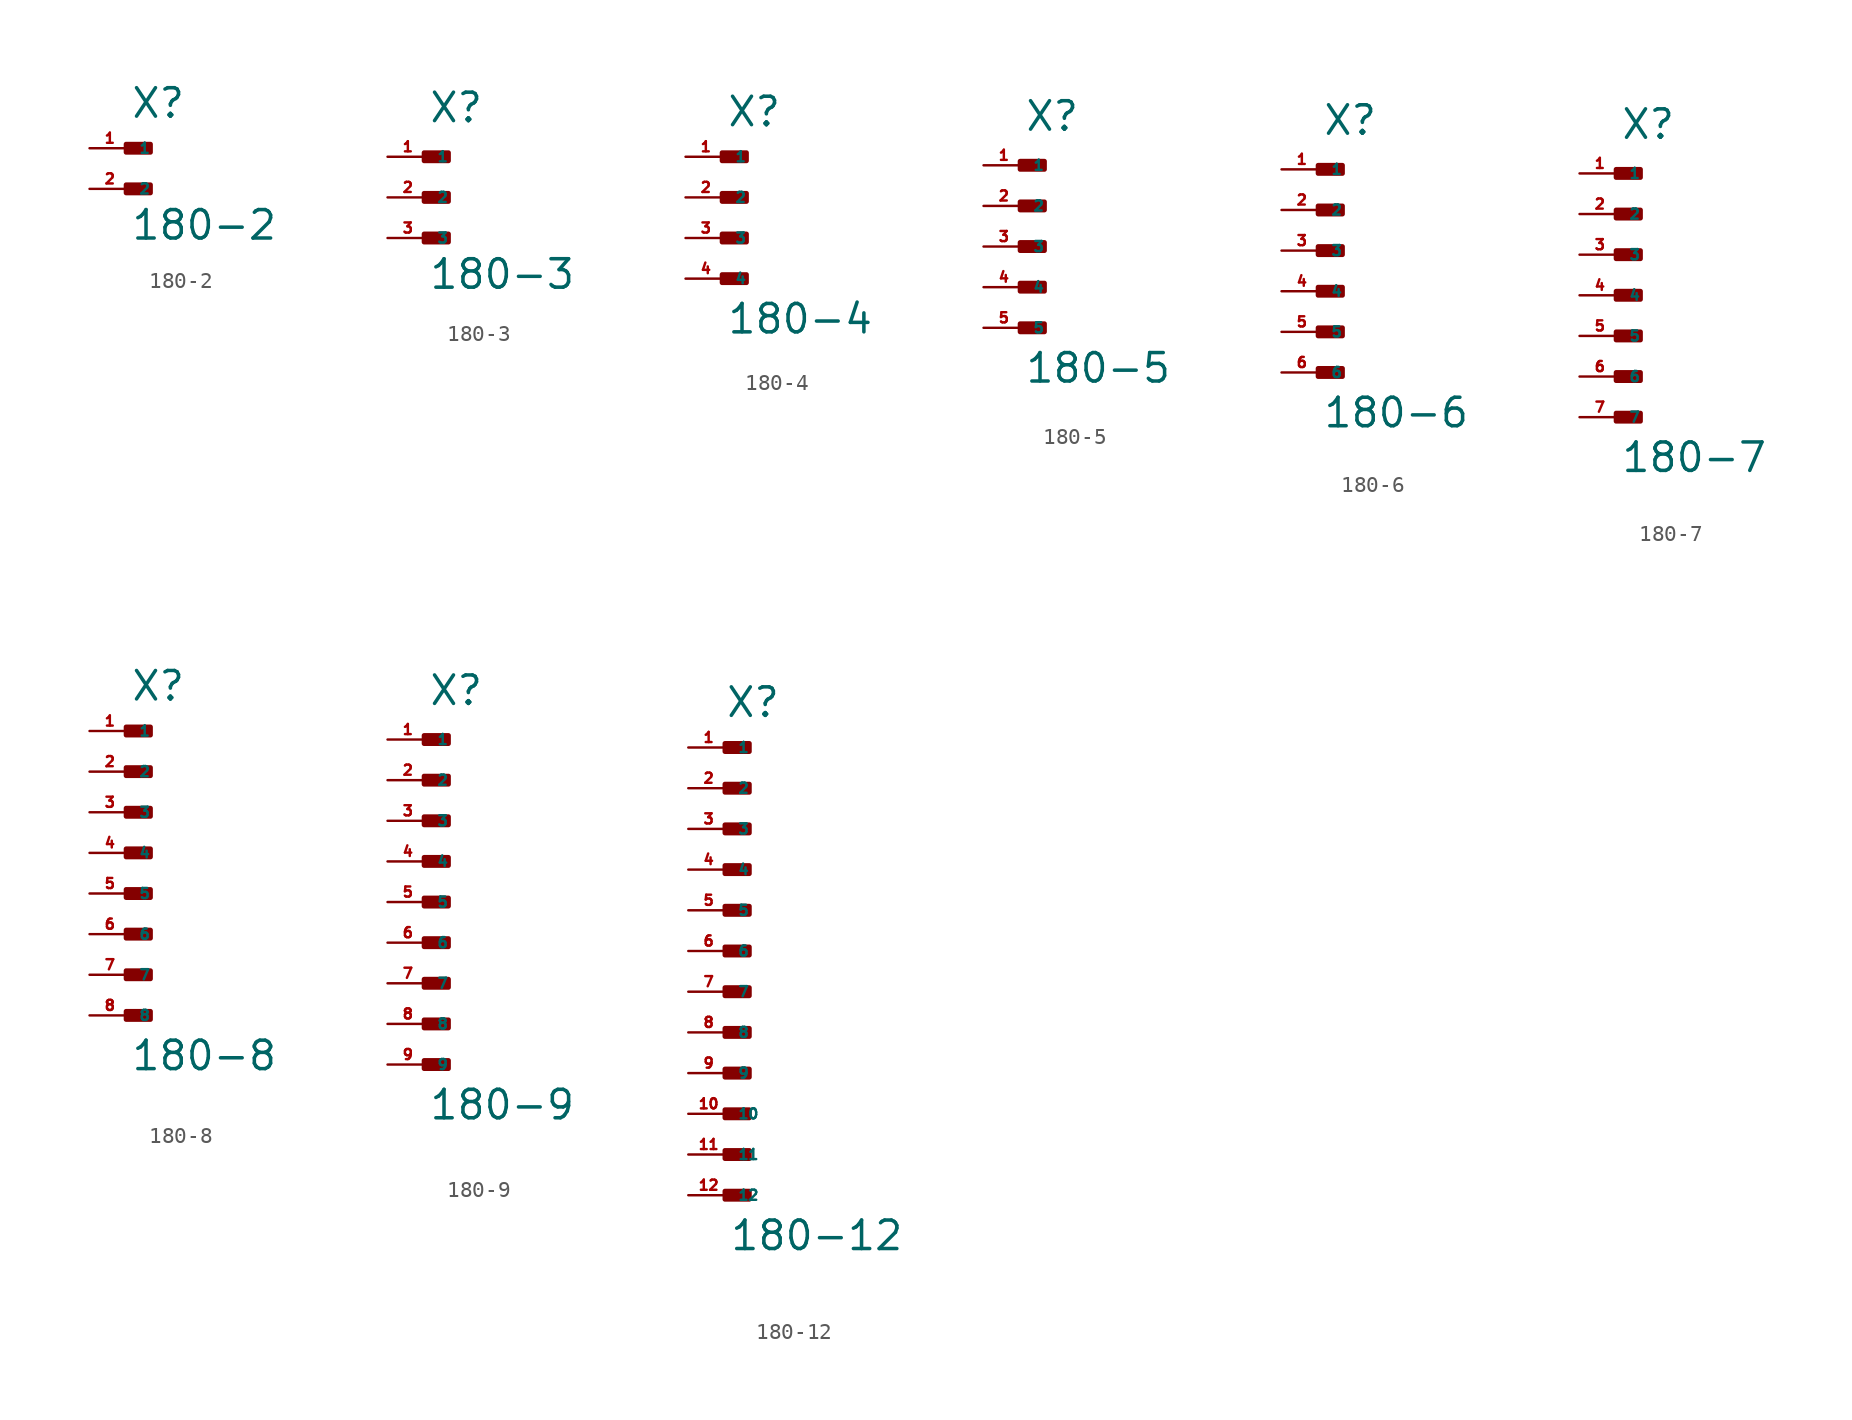
<source format=kicad_sym>
(kicad_symbol_lib
  (version 20220914)
  (generator Eagle2Kicad)
  (symbol "180-2"
    (property "Reference" "X"
      (at 0 1.778 0)
      (effects (font (size 1.778 1.778) (thickness 0.22)) (justify left bottom)))
    (property "Value" "180-2"
      (at 0 -5.842 0)
      (effects (font (size 1.778 1.778) (thickness 0.22)) (justify left bottom)))
    (rectangle
      (start -0.254 -0.254)
      (end 1.27 0.254)
      (stroke (width 0.3) (type default))
      (fill (type outline)))
    (rectangle
      (start -0.254 -2.794)
      (end 1.27 -2.286)
      (stroke (width 0.3) (type default))
      (fill (type outline)))
    (pin passive line
      (at -2.54 0 0)
      (length 2.54)
      (name "1" (effects (font (size 0.635 0.635) (thickness 0.08)) (justify left bottom)))
      (number "1" (effects (font (size 0.635 0.635) (thickness 0.08)) (justify left bottom))))
    (pin passive line
      (at -2.54 -2.54 0)
      (length 2.54)
      (name "2" (effects (font (size 0.635 0.635) (thickness 0.08)) (justify left bottom)))
      (number "2" (effects (font (size 0.635 0.635) (thickness 0.08)) (justify left bottom)))))
  (symbol "180-3"
    (property "Reference" "X"
      (at 0 4.572 0)
      (effects (font (size 1.778 1.778) (thickness 0.22)) (justify left bottom)))
    (property "Value" "180-3"
      (at 0 -5.842 0)
      (effects (font (size 1.778 1.778) (thickness 0.22)) (justify left bottom)))
    (rectangle
      (start -0.254 2.286)
      (end 1.27 2.794)
      (stroke (width 0.3) (type default))
      (fill (type outline)))
    (rectangle
      (start -0.254 -0.254)
      (end 1.27 0.254)
      (stroke (width 0.3) (type default))
      (fill (type outline)))
    (rectangle
      (start -0.254 -2.794)
      (end 1.27 -2.286)
      (stroke (width 0.3) (type default))
      (fill (type outline)))
    (pin passive line
      (at -2.54 2.54 0)
      (length 2.54)
      (name "1" (effects (font (size 0.635 0.635) (thickness 0.08)) (justify left bottom)))
      (number "1" (effects (font (size 0.635 0.635) (thickness 0.08)) (justify left bottom))))
    (pin passive line
      (at -2.54 0 0)
      (length 2.54)
      (name "2" (effects (font (size 0.635 0.635) (thickness 0.08)) (justify left bottom)))
      (number "2" (effects (font (size 0.635 0.635) (thickness 0.08)) (justify left bottom))))
    (pin passive line
      (at -2.54 -2.54 0)
      (length 2.54)
      (name "3" (effects (font (size 0.635 0.635) (thickness 0.08)) (justify left bottom)))
      (number "3" (effects (font (size 0.635 0.635) (thickness 0.08)) (justify left bottom)))))
  (symbol "180-4"
    (property "Reference" "X"
      (at 0 4.318 0)
      (effects (font (size 1.778 1.778) (thickness 0.22)) (justify left bottom)))
    (property "Value" "180-4"
      (at 0 -8.636 0)
      (effects (font (size 1.778 1.778) (thickness 0.22)) (justify left bottom)))
    (rectangle
      (start -0.254 2.286)
      (end 1.27 2.794)
      (stroke (width 0.3) (type default))
      (fill (type outline)))
    (rectangle
      (start -0.254 -0.254)
      (end 1.27 0.254)
      (stroke (width 0.3) (type default))
      (fill (type outline)))
    (rectangle
      (start -0.254 -2.794)
      (end 1.27 -2.286)
      (stroke (width 0.3) (type default))
      (fill (type outline)))
    (rectangle
      (start -0.254 -5.334)
      (end 1.27 -4.826)
      (stroke (width 0.3) (type default))
      (fill (type outline)))
    (pin passive line
      (at -2.54 2.54 0)
      (length 2.54)
      (name "1" (effects (font (size 0.635 0.635) (thickness 0.08)) (justify left bottom)))
      (number "1" (effects (font (size 0.635 0.635) (thickness 0.08)) (justify left bottom))))
    (pin passive line
      (at -2.54 0 0)
      (length 2.54)
      (name "2" (effects (font (size 0.635 0.635) (thickness 0.08)) (justify left bottom)))
      (number "2" (effects (font (size 0.635 0.635) (thickness 0.08)) (justify left bottom))))
    (pin passive line
      (at -2.54 -2.54 0)
      (length 2.54)
      (name "3" (effects (font (size 0.635 0.635) (thickness 0.08)) (justify left bottom)))
      (number "3" (effects (font (size 0.635 0.635) (thickness 0.08)) (justify left bottom))))
    (pin passive line
      (at -2.54 -5.08 0)
      (length 2.54)
      (name "4" (effects (font (size 0.635 0.635) (thickness 0.08)) (justify left bottom)))
      (number "4" (effects (font (size 0.635 0.635) (thickness 0.08)) (justify left bottom)))))
  (symbol "180-5"
    (property "Reference" "X"
      (at 0 7.112 0)
      (effects (font (size 1.778 1.778) (thickness 0.22)) (justify left bottom)))
    (property "Value" "180-5"
      (at 0 -8.636 0)
      (effects (font (size 1.778 1.778) (thickness 0.22)) (justify left bottom)))
    (rectangle
      (start -0.254 4.826)
      (end 1.27 5.334)
      (stroke (width 0.3) (type default))
      (fill (type outline)))
    (rectangle
      (start -0.254 2.286)
      (end 1.27 2.794)
      (stroke (width 0.3) (type default))
      (fill (type outline)))
    (rectangle
      (start -0.254 -0.254)
      (end 1.27 0.254)
      (stroke (width 0.3) (type default))
      (fill (type outline)))
    (rectangle
      (start -0.254 -2.794)
      (end 1.27 -2.286)
      (stroke (width 0.3) (type default))
      (fill (type outline)))
    (rectangle
      (start -0.254 -5.334)
      (end 1.27 -4.826)
      (stroke (width 0.3) (type default))
      (fill (type outline)))
    (pin passive line
      (at -2.54 5.08 0)
      (length 2.54)
      (name "1" (effects (font (size 0.635 0.635) (thickness 0.08)) (justify left bottom)))
      (number "1" (effects (font (size 0.635 0.635) (thickness 0.08)) (justify left bottom))))
    (pin passive line
      (at -2.54 2.54 0)
      (length 2.54)
      (name "2" (effects (font (size 0.635 0.635) (thickness 0.08)) (justify left bottom)))
      (number "2" (effects (font (size 0.635 0.635) (thickness 0.08)) (justify left bottom))))
    (pin passive line
      (at -2.54 0 0)
      (length 2.54)
      (name "3" (effects (font (size 0.635 0.635) (thickness 0.08)) (justify left bottom)))
      (number "3" (effects (font (size 0.635 0.635) (thickness 0.08)) (justify left bottom))))
    (pin passive line
      (at -2.54 -2.54 0)
      (length 2.54)
      (name "4" (effects (font (size 0.635 0.635) (thickness 0.08)) (justify left bottom)))
      (number "4" (effects (font (size 0.635 0.635) (thickness 0.08)) (justify left bottom))))
    (pin passive line
      (at -2.54 -5.08 0)
      (length 2.54)
      (name "5" (effects (font (size 0.635 0.635) (thickness 0.08)) (justify left bottom)))
      (number "5" (effects (font (size 0.635 0.635) (thickness 0.08)) (justify left bottom)))))
  (symbol "180-6"
    (property "Reference" "X"
      (at 0 7.112 0)
      (effects (font (size 1.778 1.778) (thickness 0.22)) (justify left bottom)))
    (property "Value" "180-6"
      (at 0 -11.176 0)
      (effects (font (size 1.778 1.778) (thickness 0.22)) (justify left bottom)))
    (rectangle
      (start -0.254 4.826)
      (end 1.27 5.334)
      (stroke (width 0.3) (type default))
      (fill (type outline)))
    (rectangle
      (start -0.254 2.286)
      (end 1.27 2.794)
      (stroke (width 0.3) (type default))
      (fill (type outline)))
    (rectangle
      (start -0.254 -0.254)
      (end 1.27 0.254)
      (stroke (width 0.3) (type default))
      (fill (type outline)))
    (rectangle
      (start -0.254 -2.794)
      (end 1.27 -2.286)
      (stroke (width 0.3) (type default))
      (fill (type outline)))
    (rectangle
      (start -0.254 -5.334)
      (end 1.27 -4.826)
      (stroke (width 0.3) (type default))
      (fill (type outline)))
    (rectangle
      (start -0.254 -7.874)
      (end 1.27 -7.366)
      (stroke (width 0.3) (type default))
      (fill (type outline)))
    (pin passive line
      (at -2.54 5.08 0)
      (length 2.54)
      (name "1" (effects (font (size 0.635 0.635) (thickness 0.08)) (justify left bottom)))
      (number "1" (effects (font (size 0.635 0.635) (thickness 0.08)) (justify left bottom))))
    (pin passive line
      (at -2.54 2.54 0)
      (length 2.54)
      (name "2" (effects (font (size 0.635 0.635) (thickness 0.08)) (justify left bottom)))
      (number "2" (effects (font (size 0.635 0.635) (thickness 0.08)) (justify left bottom))))
    (pin passive line
      (at -2.54 0 0)
      (length 2.54)
      (name "3" (effects (font (size 0.635 0.635) (thickness 0.08)) (justify left bottom)))
      (number "3" (effects (font (size 0.635 0.635) (thickness 0.08)) (justify left bottom))))
    (pin passive line
      (at -2.54 -2.54 0)
      (length 2.54)
      (name "4" (effects (font (size 0.635 0.635) (thickness 0.08)) (justify left bottom)))
      (number "4" (effects (font (size 0.635 0.635) (thickness 0.08)) (justify left bottom))))
    (pin passive line
      (at -2.54 -5.08 0)
      (length 2.54)
      (name "5" (effects (font (size 0.635 0.635) (thickness 0.08)) (justify left bottom)))
      (number "5" (effects (font (size 0.635 0.635) (thickness 0.08)) (justify left bottom))))
    (pin passive line
      (at -2.54 -7.62 0)
      (length 2.54)
      (name "6" (effects (font (size 0.635 0.635) (thickness 0.08)) (justify left bottom)))
      (number "6" (effects (font (size 0.635 0.635) (thickness 0.08)) (justify left bottom)))))
  (symbol "180-7"
    (property "Reference" "X"
      (at 0 9.652 0)
      (effects (font (size 1.778 1.778) (thickness 0.22)) (justify left bottom)))
    (property "Value" "180-7"
      (at 0 -11.176 0)
      (effects (font (size 1.778 1.778) (thickness 0.22)) (justify left bottom)))
    (rectangle
      (start -0.254 7.366)
      (end 1.27 7.874)
      (stroke (width 0.3) (type default))
      (fill (type outline)))
    (rectangle
      (start -0.254 4.826)
      (end 1.27 5.334)
      (stroke (width 0.3) (type default))
      (fill (type outline)))
    (rectangle
      (start -0.254 2.286)
      (end 1.27 2.794)
      (stroke (width 0.3) (type default))
      (fill (type outline)))
    (rectangle
      (start -0.254 -0.254)
      (end 1.27 0.254)
      (stroke (width 0.3) (type default))
      (fill (type outline)))
    (rectangle
      (start -0.254 -2.794)
      (end 1.27 -2.286)
      (stroke (width 0.3) (type default))
      (fill (type outline)))
    (rectangle
      (start -0.254 -5.334)
      (end 1.27 -4.826)
      (stroke (width 0.3) (type default))
      (fill (type outline)))
    (rectangle
      (start -0.254 -7.874)
      (end 1.27 -7.366)
      (stroke (width 0.3) (type default))
      (fill (type outline)))
    (pin passive line
      (at -2.54 7.62 0)
      (length 2.54)
      (name "1" (effects (font (size 0.635 0.635) (thickness 0.08)) (justify left bottom)))
      (number "1" (effects (font (size 0.635 0.635) (thickness 0.08)) (justify left bottom))))
    (pin passive line
      (at -2.54 5.08 0)
      (length 2.54)
      (name "2" (effects (font (size 0.635 0.635) (thickness 0.08)) (justify left bottom)))
      (number "2" (effects (font (size 0.635 0.635) (thickness 0.08)) (justify left bottom))))
    (pin passive line
      (at -2.54 2.54 0)
      (length 2.54)
      (name "3" (effects (font (size 0.635 0.635) (thickness 0.08)) (justify left bottom)))
      (number "3" (effects (font (size 0.635 0.635) (thickness 0.08)) (justify left bottom))))
    (pin passive line
      (at -2.54 0 0)
      (length 2.54)
      (name "4" (effects (font (size 0.635 0.635) (thickness 0.08)) (justify left bottom)))
      (number "4" (effects (font (size 0.635 0.635) (thickness 0.08)) (justify left bottom))))
    (pin passive line
      (at -2.54 -2.54 0)
      (length 2.54)
      (name "5" (effects (font (size 0.635 0.635) (thickness 0.08)) (justify left bottom)))
      (number "5" (effects (font (size 0.635 0.635) (thickness 0.08)) (justify left bottom))))
    (pin passive line
      (at -2.54 -5.08 0)
      (length 2.54)
      (name "6" (effects (font (size 0.635 0.635) (thickness 0.08)) (justify left bottom)))
      (number "6" (effects (font (size 0.635 0.635) (thickness 0.08)) (justify left bottom))))
    (pin passive line
      (at -2.54 -7.62 0)
      (length 2.54)
      (name "7" (effects (font (size 0.635 0.635) (thickness 0.08)) (justify left bottom)))
      (number "7" (effects (font (size 0.635 0.635) (thickness 0.08)) (justify left bottom)))))
  (symbol "180-8"
    (property "Reference" "X"
      (at 0 9.398 0)
      (effects (font (size 1.778 1.778) (thickness 0.22)) (justify left bottom)))
    (property "Value" "180-8"
      (at 0 -13.716 0)
      (effects (font (size 1.778 1.778) (thickness 0.22)) (justify left bottom)))
    (rectangle
      (start -0.254 7.366)
      (end 1.27 7.874)
      (stroke (width 0.3) (type default))
      (fill (type outline)))
    (rectangle
      (start -0.254 4.826)
      (end 1.27 5.334)
      (stroke (width 0.3) (type default))
      (fill (type outline)))
    (rectangle
      (start -0.254 2.286)
      (end 1.27 2.794)
      (stroke (width 0.3) (type default))
      (fill (type outline)))
    (rectangle
      (start -0.254 -0.254)
      (end 1.27 0.254)
      (stroke (width 0.3) (type default))
      (fill (type outline)))
    (rectangle
      (start -0.254 -2.794)
      (end 1.27 -2.286)
      (stroke (width 0.3) (type default))
      (fill (type outline)))
    (rectangle
      (start -0.254 -5.334)
      (end 1.27 -4.826)
      (stroke (width 0.3) (type default))
      (fill (type outline)))
    (rectangle
      (start -0.254 -7.874)
      (end 1.27 -7.366)
      (stroke (width 0.3) (type default))
      (fill (type outline)))
    (rectangle
      (start -0.254 -10.414)
      (end 1.27 -9.906)
      (stroke (width 0.3) (type default))
      (fill (type outline)))
    (pin passive line
      (at -2.54 7.62 0)
      (length 2.54)
      (name "1" (effects (font (size 0.635 0.635) (thickness 0.08)) (justify left bottom)))
      (number "1" (effects (font (size 0.635 0.635) (thickness 0.08)) (justify left bottom))))
    (pin passive line
      (at -2.54 5.08 0)
      (length 2.54)
      (name "2" (effects (font (size 0.635 0.635) (thickness 0.08)) (justify left bottom)))
      (number "2" (effects (font (size 0.635 0.635) (thickness 0.08)) (justify left bottom))))
    (pin passive line
      (at -2.54 2.54 0)
      (length 2.54)
      (name "3" (effects (font (size 0.635 0.635) (thickness 0.08)) (justify left bottom)))
      (number "3" (effects (font (size 0.635 0.635) (thickness 0.08)) (justify left bottom))))
    (pin passive line
      (at -2.54 0 0)
      (length 2.54)
      (name "4" (effects (font (size 0.635 0.635) (thickness 0.08)) (justify left bottom)))
      (number "4" (effects (font (size 0.635 0.635) (thickness 0.08)) (justify left bottom))))
    (pin passive line
      (at -2.54 -2.54 0)
      (length 2.54)
      (name "5" (effects (font (size 0.635 0.635) (thickness 0.08)) (justify left bottom)))
      (number "5" (effects (font (size 0.635 0.635) (thickness 0.08)) (justify left bottom))))
    (pin passive line
      (at -2.54 -5.08 0)
      (length 2.54)
      (name "6" (effects (font (size 0.635 0.635) (thickness 0.08)) (justify left bottom)))
      (number "6" (effects (font (size 0.635 0.635) (thickness 0.08)) (justify left bottom))))
    (pin passive line
      (at -2.54 -7.62 0)
      (length 2.54)
      (name "7" (effects (font (size 0.635 0.635) (thickness 0.08)) (justify left bottom)))
      (number "7" (effects (font (size 0.635 0.635) (thickness 0.08)) (justify left bottom))))
    (pin passive line
      (at -2.54 -10.16 0)
      (length 2.54)
      (name "8" (effects (font (size 0.635 0.635) (thickness 0.08)) (justify left bottom)))
      (number "8" (effects (font (size 0.635 0.635) (thickness 0.08)) (justify left bottom)))))
  (symbol "180-9"
    (property "Reference" "X"
      (at 0 12.192 0)
      (effects (font (size 1.778 1.778) (thickness 0.22)) (justify left bottom)))
    (property "Value" "180-9"
      (at 0 -13.716 0)
      (effects (font (size 1.778 1.778) (thickness 0.22)) (justify left bottom)))
    (rectangle
      (start -0.254 9.906)
      (end 1.27 10.414)
      (stroke (width 0.3) (type default))
      (fill (type outline)))
    (rectangle
      (start -0.254 7.366)
      (end 1.27 7.874)
      (stroke (width 0.3) (type default))
      (fill (type outline)))
    (rectangle
      (start -0.254 4.826)
      (end 1.27 5.334)
      (stroke (width 0.3) (type default))
      (fill (type outline)))
    (rectangle
      (start -0.254 2.286)
      (end 1.27 2.794)
      (stroke (width 0.3) (type default))
      (fill (type outline)))
    (rectangle
      (start -0.254 -0.254)
      (end 1.27 0.254)
      (stroke (width 0.3) (type default))
      (fill (type outline)))
    (rectangle
      (start -0.254 -2.794)
      (end 1.27 -2.286)
      (stroke (width 0.3) (type default))
      (fill (type outline)))
    (rectangle
      (start -0.254 -5.334)
      (end 1.27 -4.826)
      (stroke (width 0.3) (type default))
      (fill (type outline)))
    (rectangle
      (start -0.254 -7.874)
      (end 1.27 -7.366)
      (stroke (width 0.3) (type default))
      (fill (type outline)))
    (rectangle
      (start -0.254 -10.414)
      (end 1.27 -9.906)
      (stroke (width 0.3) (type default))
      (fill (type outline)))
    (pin passive line
      (at -2.54 10.16 0)
      (length 2.54)
      (name "1" (effects (font (size 0.635 0.635) (thickness 0.08)) (justify left bottom)))
      (number "1" (effects (font (size 0.635 0.635) (thickness 0.08)) (justify left bottom))))
    (pin passive line
      (at -2.54 7.62 0)
      (length 2.54)
      (name "2" (effects (font (size 0.635 0.635) (thickness 0.08)) (justify left bottom)))
      (number "2" (effects (font (size 0.635 0.635) (thickness 0.08)) (justify left bottom))))
    (pin passive line
      (at -2.54 5.08 0)
      (length 2.54)
      (name "3" (effects (font (size 0.635 0.635) (thickness 0.08)) (justify left bottom)))
      (number "3" (effects (font (size 0.635 0.635) (thickness 0.08)) (justify left bottom))))
    (pin passive line
      (at -2.54 2.54 0)
      (length 2.54)
      (name "4" (effects (font (size 0.635 0.635) (thickness 0.08)) (justify left bottom)))
      (number "4" (effects (font (size 0.635 0.635) (thickness 0.08)) (justify left bottom))))
    (pin passive line
      (at -2.54 0 0)
      (length 2.54)
      (name "5" (effects (font (size 0.635 0.635) (thickness 0.08)) (justify left bottom)))
      (number "5" (effects (font (size 0.635 0.635) (thickness 0.08)) (justify left bottom))))
    (pin passive line
      (at -2.54 -2.54 0)
      (length 2.54)
      (name "6" (effects (font (size 0.635 0.635) (thickness 0.08)) (justify left bottom)))
      (number "6" (effects (font (size 0.635 0.635) (thickness 0.08)) (justify left bottom))))
    (pin passive line
      (at -2.54 -5.08 0)
      (length 2.54)
      (name "7" (effects (font (size 0.635 0.635) (thickness 0.08)) (justify left bottom)))
      (number "7" (effects (font (size 0.635 0.635) (thickness 0.08)) (justify left bottom))))
    (pin passive line
      (at -2.54 -7.62 0)
      (length 2.54)
      (name "8" (effects (font (size 0.635 0.635) (thickness 0.08)) (justify left bottom)))
      (number "8" (effects (font (size 0.635 0.635) (thickness 0.08)) (justify left bottom))))
    (pin passive line
      (at -2.54 -10.16 0)
      (length 2.54)
      (name "9" (effects (font (size 0.635 0.635) (thickness 0.08)) (justify left bottom)))
      (number "9" (effects (font (size 0.635 0.635) (thickness 0.08)) (justify left bottom)))))
  (symbol "180-12"
    (property "Reference" "X"
      (at -0.254 14.478 0)
      (effects (font (size 1.778 1.778) (thickness 0.22)) (justify left bottom)))
    (property "Value" "180-12"
      (at 0 -18.796 0)
      (effects (font (size 1.778 1.778) (thickness 0.22)) (justify left bottom)))
    (rectangle
      (start -0.254 12.446)
      (end 1.27 12.954)
      (stroke (width 0.3) (type default))
      (fill (type outline)))
    (rectangle
      (start -0.254 9.906)
      (end 1.27 10.414)
      (stroke (width 0.3) (type default))
      (fill (type outline)))
    (rectangle
      (start -0.254 7.366)
      (end 1.27 7.874)
      (stroke (width 0.3) (type default))
      (fill (type outline)))
    (rectangle
      (start -0.254 4.826)
      (end 1.27 5.334)
      (stroke (width 0.3) (type default))
      (fill (type outline)))
    (rectangle
      (start -0.254 2.286)
      (end 1.27 2.794)
      (stroke (width 0.3) (type default))
      (fill (type outline)))
    (rectangle
      (start -0.254 -0.254)
      (end 1.27 0.254)
      (stroke (width 0.3) (type default))
      (fill (type outline)))
    (rectangle
      (start -0.254 -2.794)
      (end 1.27 -2.286)
      (stroke (width 0.3) (type default))
      (fill (type outline)))
    (rectangle
      (start -0.254 -5.334)
      (end 1.27 -4.826)
      (stroke (width 0.3) (type default))
      (fill (type outline)))
    (rectangle
      (start -0.254 -7.874)
      (end 1.27 -7.366)
      (stroke (width 0.3) (type default))
      (fill (type outline)))
    (rectangle
      (start -0.254 -10.414)
      (end 1.27 -9.906)
      (stroke (width 0.3) (type default))
      (fill (type outline)))
    (rectangle
      (start -0.254 -12.954)
      (end 1.27 -12.446)
      (stroke (width 0.3) (type default))
      (fill (type outline)))
    (rectangle
      (start -0.254 -15.494)
      (end 1.27 -14.986)
      (stroke (width 0.3) (type default))
      (fill (type outline)))
    (pin passive line
      (at -2.54 12.7 0)
      (length 2.54)
      (name "1" (effects (font (size 0.635 0.635) (thickness 0.08)) (justify left bottom)))
      (number "1" (effects (font (size 0.635 0.635) (thickness 0.08)) (justify left bottom))))
    (pin passive line
      (at -2.54 10.16 0)
      (length 2.54)
      (name "2" (effects (font (size 0.635 0.635) (thickness 0.08)) (justify left bottom)))
      (number "2" (effects (font (size 0.635 0.635) (thickness 0.08)) (justify left bottom))))
    (pin passive line
      (at -2.54 7.62 0)
      (length 2.54)
      (name "3" (effects (font (size 0.635 0.635) (thickness 0.08)) (justify left bottom)))
      (number "3" (effects (font (size 0.635 0.635) (thickness 0.08)) (justify left bottom))))
    (pin passive line
      (at -2.54 5.08 0)
      (length 2.54)
      (name "4" (effects (font (size 0.635 0.635) (thickness 0.08)) (justify left bottom)))
      (number "4" (effects (font (size 0.635 0.635) (thickness 0.08)) (justify left bottom))))
    (pin passive line
      (at -2.54 2.54 0)
      (length 2.54)
      (name "5" (effects (font (size 0.635 0.635) (thickness 0.08)) (justify left bottom)))
      (number "5" (effects (font (size 0.635 0.635) (thickness 0.08)) (justify left bottom))))
    (pin passive line
      (at -2.54 0 0)
      (length 2.54)
      (name "6" (effects (font (size 0.635 0.635) (thickness 0.08)) (justify left bottom)))
      (number "6" (effects (font (size 0.635 0.635) (thickness 0.08)) (justify left bottom))))
    (pin passive line
      (at -2.54 -2.54 0)
      (length 2.54)
      (name "7" (effects (font (size 0.635 0.635) (thickness 0.08)) (justify left bottom)))
      (number "7" (effects (font (size 0.635 0.635) (thickness 0.08)) (justify left bottom))))
    (pin passive line
      (at -2.54 -5.08 0)
      (length 2.54)
      (name "8" (effects (font (size 0.635 0.635) (thickness 0.08)) (justify left bottom)))
      (number "8" (effects (font (size 0.635 0.635) (thickness 0.08)) (justify left bottom))))
    (pin passive line
      (at -2.54 -7.62 0)
      (length 2.54)
      (name "9" (effects (font (size 0.635 0.635) (thickness 0.08)) (justify left bottom)))
      (number "9" (effects (font (size 0.635 0.635) (thickness 0.08)) (justify left bottom))))
    (pin passive line
      (at -2.54 -10.16 0)
      (length 2.54)
      (name "10" (effects (font (size 0.635 0.635) (thickness 0.08)) (justify left bottom)))
      (number "10" (effects (font (size 0.635 0.635) (thickness 0.08)) (justify left bottom))))
    (pin passive line
      (at -2.54 -12.7 0)
      (length 2.54)
      (name "11" (effects (font (size 0.635 0.635) (thickness 0.08)) (justify left bottom)))
      (number "11" (effects (font (size 0.635 0.635) (thickness 0.08)) (justify left bottom))))
    (pin passive line
      (at -2.54 -15.24 0)
      (length 2.54)
      (name "12" (effects (font (size 0.635 0.635) (thickness 0.08)) (justify left bottom)))
      (number "12" (effects (font (size 0.635 0.635) (thickness 0.08)) (justify left bottom))))))
</source>
